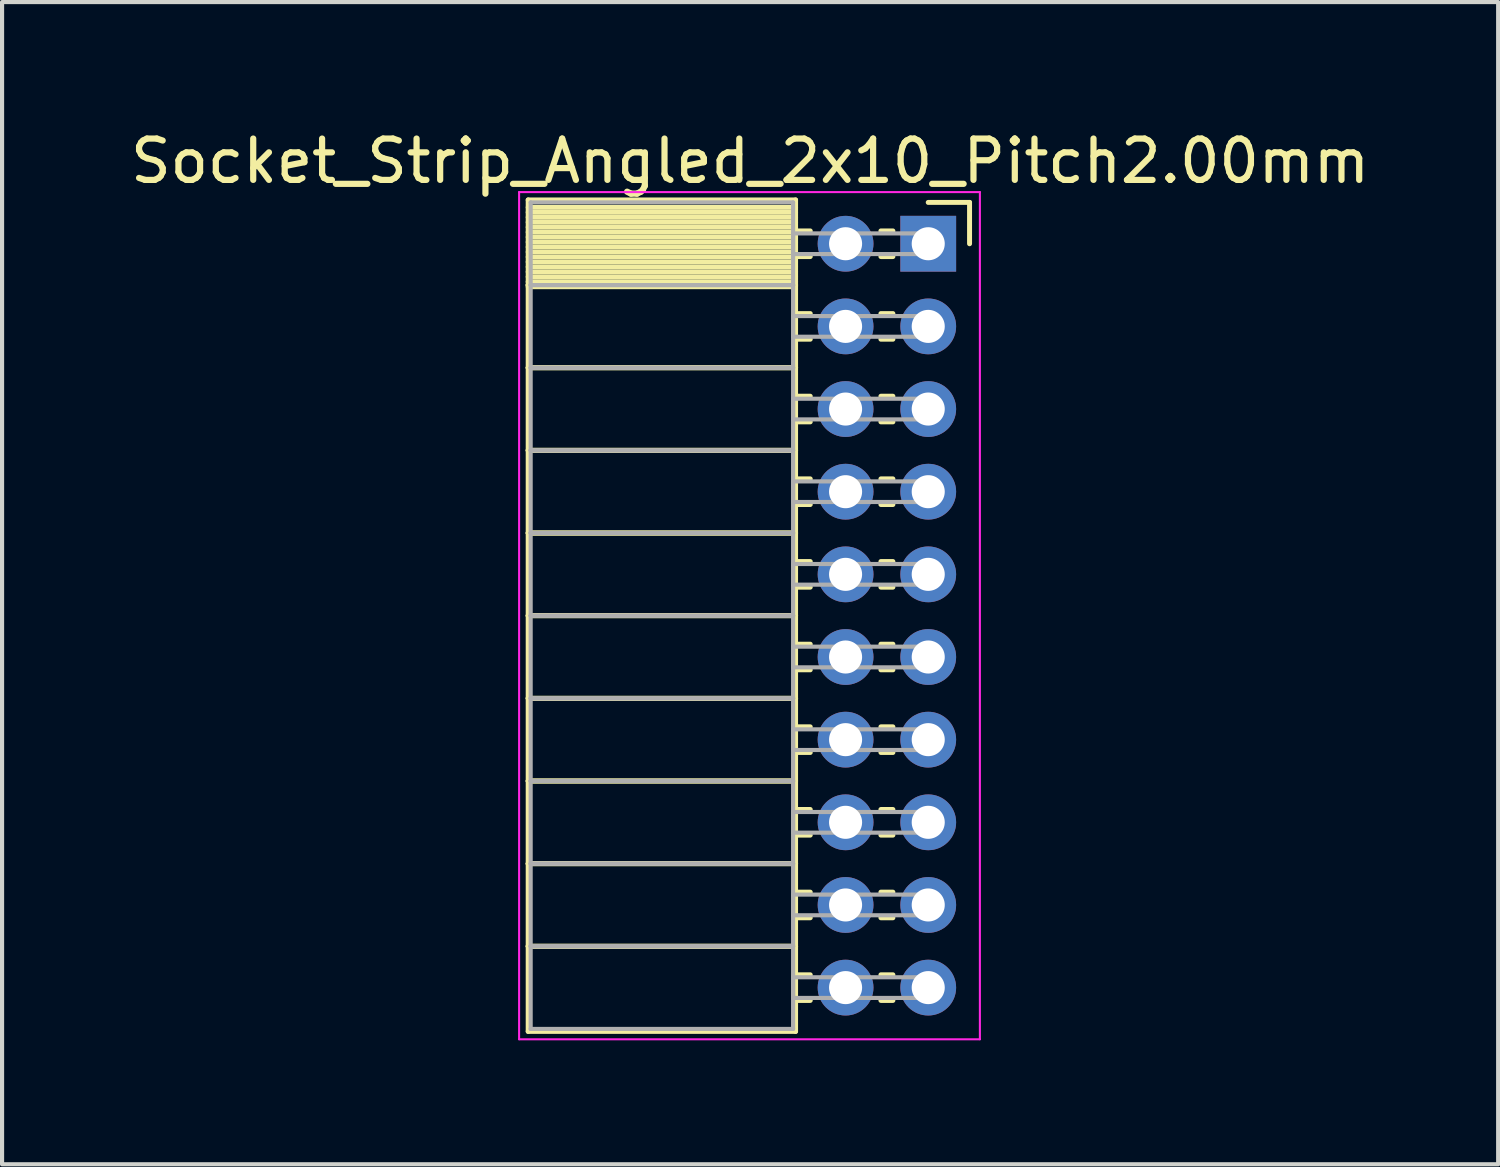
<source format=kicad_pcb>
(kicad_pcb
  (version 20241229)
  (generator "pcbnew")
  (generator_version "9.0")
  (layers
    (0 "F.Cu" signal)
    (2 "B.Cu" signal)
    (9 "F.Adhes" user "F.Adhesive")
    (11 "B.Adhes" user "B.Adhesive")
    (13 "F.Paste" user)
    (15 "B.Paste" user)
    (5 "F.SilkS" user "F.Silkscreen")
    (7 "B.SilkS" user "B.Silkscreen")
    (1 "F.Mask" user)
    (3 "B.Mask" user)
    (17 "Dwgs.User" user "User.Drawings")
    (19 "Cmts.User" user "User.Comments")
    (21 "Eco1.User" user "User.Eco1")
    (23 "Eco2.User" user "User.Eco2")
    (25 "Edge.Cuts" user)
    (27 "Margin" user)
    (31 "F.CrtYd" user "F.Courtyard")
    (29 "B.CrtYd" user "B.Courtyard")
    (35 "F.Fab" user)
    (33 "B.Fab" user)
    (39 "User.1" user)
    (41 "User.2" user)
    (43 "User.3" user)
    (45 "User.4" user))
  (footprint "Socket_Strip_Angled_2x10_Pitch2.00mm"
    (layer "F.Cu")
    (at 19.411 2.848)
    (property "Reference" "Socket_Strip_Angled_2x10_Pitch2.00mm" (at -4.31 -2 0) (layer "F.SilkS") (effects (font (size 1 1) (thickness 0.15))))
    (attr through_hole)
    (fp_line (start -9.68 -1.06) (end -3.21 -1.06) (stroke (width 0.12) (type solid)) (layer "F.SilkS"))
    (fp_line (start -9.68 1) (end -9.68 -1.06) (stroke (width 0.12) (type solid)) (layer "F.SilkS"))
    (fp_line (start -9.68 1) (end -3.21 1) (stroke (width 0.12) (type solid)) (layer "F.SilkS"))
    (fp_line (start -9.68 3) (end -9.68 1) (stroke (width 0.12) (type solid)) (layer "F.SilkS"))
    (fp_line (start -9.68 3) (end -3.21 3) (stroke (width 0.12) (type solid)) (layer "F.SilkS"))
    (fp_line (start -9.68 5) (end -9.68 3) (stroke (width 0.12) (type solid)) (layer "F.SilkS"))
    (fp_line (start -9.68 5) (end -3.21 5) (stroke (width 0.12) (type solid)) (layer "F.SilkS"))
    (fp_line (start -9.68 7) (end -9.68 5) (stroke (width 0.12) (type solid)) (layer "F.SilkS"))
    (fp_line (start -9.68 7) (end -3.21 7) (stroke (width 0.12) (type solid)) (layer "F.SilkS"))
    (fp_line (start -9.68 9) (end -9.68 7) (stroke (width 0.12) (type solid)) (layer "F.SilkS"))
    (fp_line (start -9.68 9) (end -3.21 9) (stroke (width 0.12) (type solid)) (layer "F.SilkS"))
    (fp_line (start -9.68 11) (end -9.68 9) (stroke (width 0.12) (type solid)) (layer "F.SilkS"))
    (fp_line (start -9.68 11) (end -3.21 11) (stroke (width 0.12) (type solid)) (layer "F.SilkS"))
    (fp_line (start -9.68 13) (end -9.68 11) (stroke (width 0.12) (type solid)) (layer "F.SilkS"))
    (fp_line (start -9.68 13) (end -3.21 13) (stroke (width 0.12) (type solid)) (layer "F.SilkS"))
    (fp_line (start -9.68 15) (end -9.68 13) (stroke (width 0.12) (type solid)) (layer "F.SilkS"))
    (fp_line (start -9.68 15) (end -3.21 15) (stroke (width 0.12) (type solid)) (layer "F.SilkS"))
    (fp_line (start -9.68 17) (end -9.68 15) (stroke (width 0.12) (type solid)) (layer "F.SilkS"))
    (fp_line (start -9.68 17) (end -3.21 17) (stroke (width 0.12) (type solid)) (layer "F.SilkS"))
    (fp_line (start -9.68 19.06) (end -9.68 17) (stroke (width 0.12) (type solid)) (layer "F.SilkS"))
    (fp_line (start -3.21 -1.06) (end -3.21 1) (stroke (width 0.12) (type solid)) (layer "F.SilkS"))
    (fp_line (start -3.21 -0.88) (end -9.68 -0.88) (stroke (width 0.12) (type solid)) (layer "F.SilkS"))
    (fp_line (start -3.21 -0.76) (end -9.68 -0.76) (stroke (width 0.12) (type solid)) (layer "F.SilkS"))
    (fp_line (start -3.21 -0.64) (end -9.68 -0.64) (stroke (width 0.12) (type solid)) (layer "F.SilkS"))
    (fp_line (start -3.21 -0.52) (end -9.68 -0.52) (stroke (width 0.12) (type solid)) (layer "F.SilkS"))
    (fp_line (start -3.21 -0.4) (end -9.68 -0.4) (stroke (width 0.12) (type solid)) (layer "F.SilkS"))
    (fp_line (start -3.21 -0.28) (end -9.68 -0.28) (stroke (width 0.12) (type solid)) (layer "F.SilkS"))
    (fp_line (start -3.21 -0.16) (end -9.68 -0.16) (stroke (width 0.12) (type solid)) (layer "F.SilkS"))
    (fp_line (start -3.21 -0.04) (end -9.68 -0.04) (stroke (width 0.12) (type solid)) (layer "F.SilkS"))
    (fp_line (start -3.21 0.08) (end -9.68 0.08) (stroke (width 0.12) (type solid)) (layer "F.SilkS"))
    (fp_line (start -3.21 0.2) (end -9.68 0.2) (stroke (width 0.12) (type solid)) (layer "F.SilkS"))
    (fp_line (start -3.21 0.32) (end -9.68 0.32) (stroke (width 0.12) (type solid)) (layer "F.SilkS"))
    (fp_line (start -3.21 0.44) (end -9.68 0.44) (stroke (width 0.12) (type solid)) (layer "F.SilkS"))
    (fp_line (start -3.21 0.56) (end -9.68 0.56) (stroke (width 0.12) (type solid)) (layer "F.SilkS"))
    (fp_line (start -3.21 0.68) (end -9.68 0.68) (stroke (width 0.12) (type solid)) (layer "F.SilkS"))
    (fp_line (start -3.21 0.8) (end -9.68 0.8) (stroke (width 0.12) (type solid)) (layer "F.SilkS"))
    (fp_line (start -3.21 0.92) (end -9.68 0.92) (stroke (width 0.12) (type solid)) (layer "F.SilkS"))
    (fp_line (start -3.21 1) (end -9.68 1) (stroke (width 0.12) (type solid)) (layer "F.SilkS"))
    (fp_line (start -3.21 1) (end -3.21 3) (stroke (width 0.12) (type solid)) (layer "F.SilkS"))
    (fp_line (start -3.21 1.04) (end -9.68 1.04) (stroke (width 0.12) (type solid)) (layer "F.SilkS"))
    (fp_line (start -3.21 3) (end -9.68 3) (stroke (width 0.12) (type solid)) (layer "F.SilkS"))
    (fp_line (start -3.21 3) (end -3.21 5) (stroke (width 0.12) (type solid)) (layer "F.SilkS"))
    (fp_line (start -3.21 5) (end -9.68 5) (stroke (width 0.12) (type solid)) (layer "F.SilkS"))
    (fp_line (start -3.21 5) (end -3.21 7) (stroke (width 0.12) (type solid)) (layer "F.SilkS"))
    (fp_line (start -3.21 7) (end -9.68 7) (stroke (width 0.12) (type solid)) (layer "F.SilkS"))
    (fp_line (start -3.21 7) (end -3.21 9) (stroke (width 0.12) (type solid)) (layer "F.SilkS"))
    (fp_line (start -3.21 9) (end -9.68 9) (stroke (width 0.12) (type solid)) (layer "F.SilkS"))
    (fp_line (start -3.21 9) (end -3.21 11) (stroke (width 0.12) (type solid)) (layer "F.SilkS"))
    (fp_line (start -3.21 11) (end -9.68 11) (stroke (width 0.12) (type solid)) (layer "F.SilkS"))
    (fp_line (start -3.21 11) (end -3.21 13) (stroke (width 0.12) (type solid)) (layer "F.SilkS"))
    (fp_line (start -3.21 13) (end -9.68 13) (stroke (width 0.12) (type solid)) (layer "F.SilkS"))
    (fp_line (start -3.21 13) (end -3.21 15) (stroke (width 0.12) (type solid)) (layer "F.SilkS"))
    (fp_line (start -3.21 15) (end -9.68 15) (stroke (width 0.12) (type solid)) (layer "F.SilkS"))
    (fp_line (start -3.21 15) (end -3.21 17) (stroke (width 0.12) (type solid)) (layer "F.SilkS"))
    (fp_line (start -3.21 17) (end -9.68 17) (stroke (width 0.12) (type solid)) (layer "F.SilkS"))
    (fp_line (start -3.21 17) (end -3.21 19.06) (stroke (width 0.12) (type solid)) (layer "F.SilkS"))
    (fp_line (start -3.21 19.06) (end -9.68 19.06) (stroke (width 0.12) (type solid)) (layer "F.SilkS"))
    (fp_line (start -2.855 -0.31) (end -3.21 -0.31) (stroke (width 0.12) (type solid)) (layer "F.SilkS"))
    (fp_line (start -2.855 0.31) (end -3.21 0.31) (stroke (width 0.12) (type solid)) (layer "F.SilkS"))
    (fp_line (start -2.855 1.69) (end -3.21 1.69) (stroke (width 0.12) (type solid)) (layer "F.SilkS"))
    (fp_line (start -2.855 2.31) (end -3.21 2.31) (stroke (width 0.12) (type solid)) (layer "F.SilkS"))
    (fp_line (start -2.855 3.69) (end -3.21 3.69) (stroke (width 0.12) (type solid)) (layer "F.SilkS"))
    (fp_line (start -2.855 4.31) (end -3.21 4.31) (stroke (width 0.12) (type solid)) (layer "F.SilkS"))
    (fp_line (start -2.855 5.69) (end -3.21 5.69) (stroke (width 0.12) (type solid)) (layer "F.SilkS"))
    (fp_line (start -2.855 6.31) (end -3.21 6.31) (stroke (width 0.12) (type solid)) (layer "F.SilkS"))
    (fp_line (start -2.855 7.69) (end -3.21 7.69) (stroke (width 0.12) (type solid)) (layer "F.SilkS"))
    (fp_line (start -2.855 8.31) (end -3.21 8.31) (stroke (width 0.12) (type solid)) (layer "F.SilkS"))
    (fp_line (start -2.855 9.69) (end -3.21 9.69) (stroke (width 0.12) (type solid)) (layer "F.SilkS"))
    (fp_line (start -2.855 10.31) (end -3.21 10.31) (stroke (width 0.12) (type solid)) (layer "F.SilkS"))
    (fp_line (start -2.855 11.69) (end -3.21 11.69) (stroke (width 0.12) (type solid)) (layer "F.SilkS"))
    (fp_line (start -2.855 12.31) (end -3.21 12.31) (stroke (width 0.12) (type solid)) (layer "F.SilkS"))
    (fp_line (start -2.855 13.69) (end -3.21 13.69) (stroke (width 0.12) (type solid)) (layer "F.SilkS"))
    (fp_line (start -2.855 14.31) (end -3.21 14.31) (stroke (width 0.12) (type solid)) (layer "F.SilkS"))
    (fp_line (start -2.855 15.69) (end -3.21 15.69) (stroke (width 0.12) (type solid)) (layer "F.SilkS"))
    (fp_line (start -2.855 16.31) (end -3.21 16.31) (stroke (width 0.12) (type solid)) (layer "F.SilkS"))
    (fp_line (start -2.855 17.69) (end -3.21 17.69) (stroke (width 0.12) (type solid)) (layer "F.SilkS"))
    (fp_line (start -2.855 18.31) (end -3.21 18.31) (stroke (width 0.12) (type solid)) (layer "F.SilkS"))
    (fp_line (start -0.855 -0.31) (end -1.145 -0.31) (stroke (width 0.12) (type solid)) (layer "F.SilkS"))
    (fp_line (start -0.855 0.31) (end -1.145 0.31) (stroke (width 0.12) (type solid)) (layer "F.SilkS"))
    (fp_line (start -0.855 1.69) (end -1.145 1.69) (stroke (width 0.12) (type solid)) (layer "F.SilkS"))
    (fp_line (start -0.855 2.31) (end -1.145 2.31) (stroke (width 0.12) (type solid)) (layer "F.SilkS"))
    (fp_line (start -0.855 3.69) (end -1.145 3.69) (stroke (width 0.12) (type solid)) (layer "F.SilkS"))
    (fp_line (start -0.855 4.31) (end -1.145 4.31) (stroke (width 0.12) (type solid)) (layer "F.SilkS"))
    (fp_line (start -0.855 5.69) (end -1.145 5.69) (stroke (width 0.12) (type solid)) (layer "F.SilkS"))
    (fp_line (start -0.855 6.31) (end -1.145 6.31) (stroke (width 0.12) (type solid)) (layer "F.SilkS"))
    (fp_line (start -0.855 7.69) (end -1.145 7.69) (stroke (width 0.12) (type solid)) (layer "F.SilkS"))
    (fp_line (start -0.855 8.31) (end -1.145 8.31) (stroke (width 0.12) (type solid)) (layer "F.SilkS"))
    (fp_line (start -0.855 9.69) (end -1.145 9.69) (stroke (width 0.12) (type solid)) (layer "F.SilkS"))
    (fp_line (start -0.855 10.31) (end -1.145 10.31) (stroke (width 0.12) (type solid)) (layer "F.SilkS"))
    (fp_line (start -0.855 11.69) (end -1.145 11.69) (stroke (width 0.12) (type solid)) (layer "F.SilkS"))
    (fp_line (start -0.855 12.31) (end -1.145 12.31) (stroke (width 0.12) (type solid)) (layer "F.SilkS"))
    (fp_line (start -0.855 13.69) (end -1.145 13.69) (stroke (width 0.12) (type solid)) (layer "F.SilkS"))
    (fp_line (start -0.855 14.31) (end -1.145 14.31) (stroke (width 0.12) (type solid)) (layer "F.SilkS"))
    (fp_line (start -0.855 15.69) (end -1.145 15.69) (stroke (width 0.12) (type solid)) (layer "F.SilkS"))
    (fp_line (start -0.855 16.31) (end -1.145 16.31) (stroke (width 0.12) (type solid)) (layer "F.SilkS"))
    (fp_line (start -0.855 17.69) (end -1.145 17.69) (stroke (width 0.12) (type solid)) (layer "F.SilkS"))
    (fp_line (start -0.855 18.31) (end -1.145 18.31) (stroke (width 0.12) (type solid)) (layer "F.SilkS"))
    (fp_line (start 0 -1) (end 1 -1) (stroke (width 0.12) (type solid)) (layer "F.SilkS"))
    (fp_line (start 1 -1) (end 1 0) (stroke (width 0.12) (type solid)) (layer "F.SilkS"))
    (fp_line (start -9.9 -1.25) (end 1.25 -1.25) (stroke (width 0.05) (type solid)) (layer "F.CrtYd"))
    (fp_line (start -9.9 19.25) (end -9.9 -1.25) (stroke (width 0.05) (type solid)) (layer "F.CrtYd"))
    (fp_line (start 1.25 -1.25) (end 1.25 19.25) (stroke (width 0.05) (type solid)) (layer "F.CrtYd"))
    (fp_line (start 1.25 19.25) (end -9.9 19.25) (stroke (width 0.05) (type solid)) (layer "F.CrtYd"))
    (fp_line (start -9.62 -1) (end -3.27 -1) (stroke (width 0.1) (type solid)) (layer "F.Fab"))
    (fp_line (start -9.62 1) (end -9.62 -1) (stroke (width 0.1) (type solid)) (layer "F.Fab"))
    (fp_line (start -9.62 1) (end -3.27 1) (stroke (width 0.1) (type solid)) (layer "F.Fab"))
    (fp_line (start -9.62 3) (end -9.62 1) (stroke (width 0.1) (type solid)) (layer "F.Fab"))
    (fp_line (start -9.62 3) (end -3.27 3) (stroke (width 0.1) (type solid)) (layer "F.Fab"))
    (fp_line (start -9.62 5) (end -9.62 3) (stroke (width 0.1) (type solid)) (layer "F.Fab"))
    (fp_line (start -9.62 5) (end -3.27 5) (stroke (width 0.1) (type solid)) (layer "F.Fab"))
    (fp_line (start -9.62 7) (end -9.62 5) (stroke (width 0.1) (type solid)) (layer "F.Fab"))
    (fp_line (start -9.62 7) (end -3.27 7) (stroke (width 0.1) (type solid)) (layer "F.Fab"))
    (fp_line (start -9.62 9) (end -9.62 7) (stroke (width 0.1) (type solid)) (layer "F.Fab"))
    (fp_line (start -9.62 9) (end -3.27 9) (stroke (width 0.1) (type solid)) (layer "F.Fab"))
    (fp_line (start -9.62 11) (end -9.62 9) (stroke (width 0.1) (type solid)) (layer "F.Fab"))
    (fp_line (start -9.62 11) (end -3.27 11) (stroke (width 0.1) (type solid)) (layer "F.Fab"))
    (fp_line (start -9.62 13) (end -9.62 11) (stroke (width 0.1) (type solid)) (layer "F.Fab"))
    (fp_line (start -9.62 13) (end -3.27 13) (stroke (width 0.1) (type solid)) (layer "F.Fab"))
    (fp_line (start -9.62 15) (end -9.62 13) (stroke (width 0.1) (type solid)) (layer "F.Fab"))
    (fp_line (start -9.62 15) (end -3.27 15) (stroke (width 0.1) (type solid)) (layer "F.Fab"))
    (fp_line (start -9.62 17) (end -9.62 15) (stroke (width 0.1) (type solid)) (layer "F.Fab"))
    (fp_line (start -9.62 17) (end -3.27 17) (stroke (width 0.1) (type solid)) (layer "F.Fab"))
    (fp_line (start -9.62 19) (end -9.62 17) (stroke (width 0.1) (type solid)) (layer "F.Fab"))
    (fp_line (start -3.27 -1) (end -3.27 1) (stroke (width 0.1) (type solid)) (layer "F.Fab"))
    (fp_line (start -3.27 -0.25) (end 0 -0.25) (stroke (width 0.1) (type solid)) (layer "F.Fab"))
    (fp_line (start -3.27 0.25) (end -3.27 -0.25) (stroke (width 0.1) (type solid)) (layer "F.Fab"))
    (fp_line (start -3.27 1) (end -9.62 1) (stroke (width 0.1) (type solid)) (layer "F.Fab"))
    (fp_line (start -3.27 1) (end -3.27 3) (stroke (width 0.1) (type solid)) (layer "F.Fab"))
    (fp_line (start -3.27 1.75) (end 0 1.75) (stroke (width 0.1) (type solid)) (layer "F.Fab"))
    (fp_line (start -3.27 2.25) (end -3.27 1.75) (stroke (width 0.1) (type solid)) (layer "F.Fab"))
    (fp_line (start -3.27 3) (end -9.62 3) (stroke (width 0.1) (type solid)) (layer "F.Fab"))
    (fp_line (start -3.27 3) (end -3.27 5) (stroke (width 0.1) (type solid)) (layer "F.Fab"))
    (fp_line (start -3.27 3.75) (end 0 3.75) (stroke (width 0.1) (type solid)) (layer "F.Fab"))
    (fp_line (start -3.27 4.25) (end -3.27 3.75) (stroke (width 0.1) (type solid)) (layer "F.Fab"))
    (fp_line (start -3.27 5) (end -9.62 5) (stroke (width 0.1) (type solid)) (layer "F.Fab"))
    (fp_line (start -3.27 5) (end -3.27 7) (stroke (width 0.1) (type solid)) (layer "F.Fab"))
    (fp_line (start -3.27 5.75) (end 0 5.75) (stroke (width 0.1) (type solid)) (layer "F.Fab"))
    (fp_line (start -3.27 6.25) (end -3.27 5.75) (stroke (width 0.1) (type solid)) (layer "F.Fab"))
    (fp_line (start -3.27 7) (end -9.62 7) (stroke (width 0.1) (type solid)) (layer "F.Fab"))
    (fp_line (start -3.27 7) (end -3.27 9) (stroke (width 0.1) (type solid)) (layer "F.Fab"))
    (fp_line (start -3.27 7.75) (end 0 7.75) (stroke (width 0.1) (type solid)) (layer "F.Fab"))
    (fp_line (start -3.27 8.25) (end -3.27 7.75) (stroke (width 0.1) (type solid)) (layer "F.Fab"))
    (fp_line (start -3.27 9) (end -9.62 9) (stroke (width 0.1) (type solid)) (layer "F.Fab"))
    (fp_line (start -3.27 9) (end -3.27 11) (stroke (width 0.1) (type solid)) (layer "F.Fab"))
    (fp_line (start -3.27 9.75) (end 0 9.75) (stroke (width 0.1) (type solid)) (layer "F.Fab"))
    (fp_line (start -3.27 10.25) (end -3.27 9.75) (stroke (width 0.1) (type solid)) (layer "F.Fab"))
    (fp_line (start -3.27 11) (end -9.62 11) (stroke (width 0.1) (type solid)) (layer "F.Fab"))
    (fp_line (start -3.27 11) (end -3.27 13) (stroke (width 0.1) (type solid)) (layer "F.Fab"))
    (fp_line (start -3.27 11.75) (end 0 11.75) (stroke (width 0.1) (type solid)) (layer "F.Fab"))
    (fp_line (start -3.27 12.25) (end -3.27 11.75) (stroke (width 0.1) (type solid)) (layer "F.Fab"))
    (fp_line (start -3.27 13) (end -9.62 13) (stroke (width 0.1) (type solid)) (layer "F.Fab"))
    (fp_line (start -3.27 13) (end -3.27 15) (stroke (width 0.1) (type solid)) (layer "F.Fab"))
    (fp_line (start -3.27 13.75) (end 0 13.75) (stroke (width 0.1) (type solid)) (layer "F.Fab"))
    (fp_line (start -3.27 14.25) (end -3.27 13.75) (stroke (width 0.1) (type solid)) (layer "F.Fab"))
    (fp_line (start -3.27 15) (end -9.62 15) (stroke (width 0.1) (type solid)) (layer "F.Fab"))
    (fp_line (start -3.27 15) (end -3.27 17) (stroke (width 0.1) (type solid)) (layer "F.Fab"))
    (fp_line (start -3.27 15.75) (end 0 15.75) (stroke (width 0.1) (type solid)) (layer "F.Fab"))
    (fp_line (start -3.27 16.25) (end -3.27 15.75) (stroke (width 0.1) (type solid)) (layer "F.Fab"))
    (fp_line (start -3.27 17) (end -9.62 17) (stroke (width 0.1) (type solid)) (layer "F.Fab"))
    (fp_line (start -3.27 17) (end -3.27 19) (stroke (width 0.1) (type solid)) (layer "F.Fab"))
    (fp_line (start -3.27 17.75) (end 0 17.75) (stroke (width 0.1) (type solid)) (layer "F.Fab"))
    (fp_line (start -3.27 18.25) (end -3.27 17.75) (stroke (width 0.1) (type solid)) (layer "F.Fab"))
    (fp_line (start -3.27 19) (end -9.62 19) (stroke (width 0.1) (type solid)) (layer "F.Fab"))
    (fp_line (start 0 -0.25) (end 0 0.25) (stroke (width 0.1) (type solid)) (layer "F.Fab"))
    (fp_line (start 0 0.25) (end -3.27 0.25) (stroke (width 0.1) (type solid)) (layer "F.Fab"))
    (fp_line (start 0 1.75) (end 0 2.25) (stroke (width 0.1) (type solid)) (layer "F.Fab"))
    (fp_line (start 0 2.25) (end -3.27 2.25) (stroke (width 0.1) (type solid)) (layer "F.Fab"))
    (fp_line (start 0 3.75) (end 0 4.25) (stroke (width 0.1) (type solid)) (layer "F.Fab"))
    (fp_line (start 0 4.25) (end -3.27 4.25) (stroke (width 0.1) (type solid)) (layer "F.Fab"))
    (fp_line (start 0 5.75) (end 0 6.25) (stroke (width 0.1) (type solid)) (layer "F.Fab"))
    (fp_line (start 0 6.25) (end -3.27 6.25) (stroke (width 0.1) (type solid)) (layer "F.Fab"))
    (fp_line (start 0 7.75) (end 0 8.25) (stroke (width 0.1) (type solid)) (layer "F.Fab"))
    (fp_line (start 0 8.25) (end -3.27 8.25) (stroke (width 0.1) (type solid)) (layer "F.Fab"))
    (fp_line (start 0 9.75) (end 0 10.25) (stroke (width 0.1) (type solid)) (layer "F.Fab"))
    (fp_line (start 0 10.25) (end -3.27 10.25) (stroke (width 0.1) (type solid)) (layer "F.Fab"))
    (fp_line (start 0 11.75) (end 0 12.25) (stroke (width 0.1) (type solid)) (layer "F.Fab"))
    (fp_line (start 0 12.25) (end -3.27 12.25) (stroke (width 0.1) (type solid)) (layer "F.Fab"))
    (fp_line (start 0 13.75) (end 0 14.25) (stroke (width 0.1) (type solid)) (layer "F.Fab"))
    (fp_line (start 0 14.25) (end -3.27 14.25) (stroke (width 0.1) (type solid)) (layer "F.Fab"))
    (fp_line (start 0 15.75) (end 0 16.25) (stroke (width 0.1) (type solid)) (layer "F.Fab"))
    (fp_line (start 0 16.25) (end -3.27 16.25) (stroke (width 0.1) (type solid)) (layer "F.Fab"))
    (fp_line (start 0 17.75) (end 0 18.25) (stroke (width 0.1) (type solid)) (layer "F.Fab"))
    (fp_line (start 0 18.25) (end -3.27 18.25) (stroke (width 0.1) (type solid)) (layer "F.Fab"))
    (pad "1" thru_hole rect (at 0 0) (size 1.35 1.35) (drill 0.8) (layers "*.Cu" "*.Mask"))
    (pad "2" thru_hole oval (at -2 0) (size 1.35 1.35) (drill 0.8) (layers "*.Cu" "*.Mask"))
    (pad "3" thru_hole oval (at 0 2) (size 1.35 1.35) (drill 0.8) (layers "*.Cu" "*.Mask"))
    (pad "4" thru_hole oval (at -2 2) (size 1.35 1.35) (drill 0.8) (layers "*.Cu" "*.Mask"))
    (pad "5" thru_hole oval (at 0 4) (size 1.35 1.35) (drill 0.8) (layers "*.Cu" "*.Mask"))
    (pad "6" thru_hole oval (at -2 4) (size 1.35 1.35) (drill 0.8) (layers "*.Cu" "*.Mask"))
    (pad "7" thru_hole oval (at 0 6) (size 1.35 1.35) (drill 0.8) (layers "*.Cu" "*.Mask"))
    (pad "8" thru_hole oval (at -2 6) (size 1.35 1.35) (drill 0.8) (layers "*.Cu" "*.Mask"))
    (pad "9" thru_hole oval (at 0 8) (size 1.35 1.35) (drill 0.8) (layers "*.Cu" "*.Mask"))
    (pad "10" thru_hole oval (at -2 8) (size 1.35 1.35) (drill 0.8) (layers "*.Cu" "*.Mask"))
    (pad "11" thru_hole oval (at 0 10) (size 1.35 1.35) (drill 0.8) (layers "*.Cu" "*.Mask"))
    (pad "12" thru_hole oval (at -2 10) (size 1.35 1.35) (drill 0.8) (layers "*.Cu" "*.Mask"))
    (pad "13" thru_hole oval (at 0 12) (size 1.35 1.35) (drill 0.8) (layers "*.Cu" "*.Mask"))
    (pad "14" thru_hole oval (at -2 12) (size 1.35 1.35) (drill 0.8) (layers "*.Cu" "*.Mask"))
    (pad "15" thru_hole oval (at 0 14) (size 1.35 1.35) (drill 0.8) (layers "*.Cu" "*.Mask"))
    (pad "16" thru_hole oval (at -2 14) (size 1.35 1.35) (drill 0.8) (layers "*.Cu" "*.Mask"))
    (pad "17" thru_hole oval (at 0 16) (size 1.35 1.35) (drill 0.8) (layers "*.Cu" "*.Mask"))
    (pad "18" thru_hole oval (at -2 16) (size 1.35 1.35) (drill 0.8) (layers "*.Cu" "*.Mask"))
    (pad "19" thru_hole oval (at 0 18) (size 1.35 1.35) (drill 0.8) (layers "*.Cu" "*.Mask"))
    (pad "20" thru_hole oval (at -2 18) (size 1.35 1.35) (drill 0.8) (layers "*.Cu" "*.Mask")))
  (gr_rect
    (start -3 -3)
    (end 33.202 25.123)
    (stroke (width 0.1) (type default))
    (fill no)
    (layer "Edge.Cuts")))
</source>
